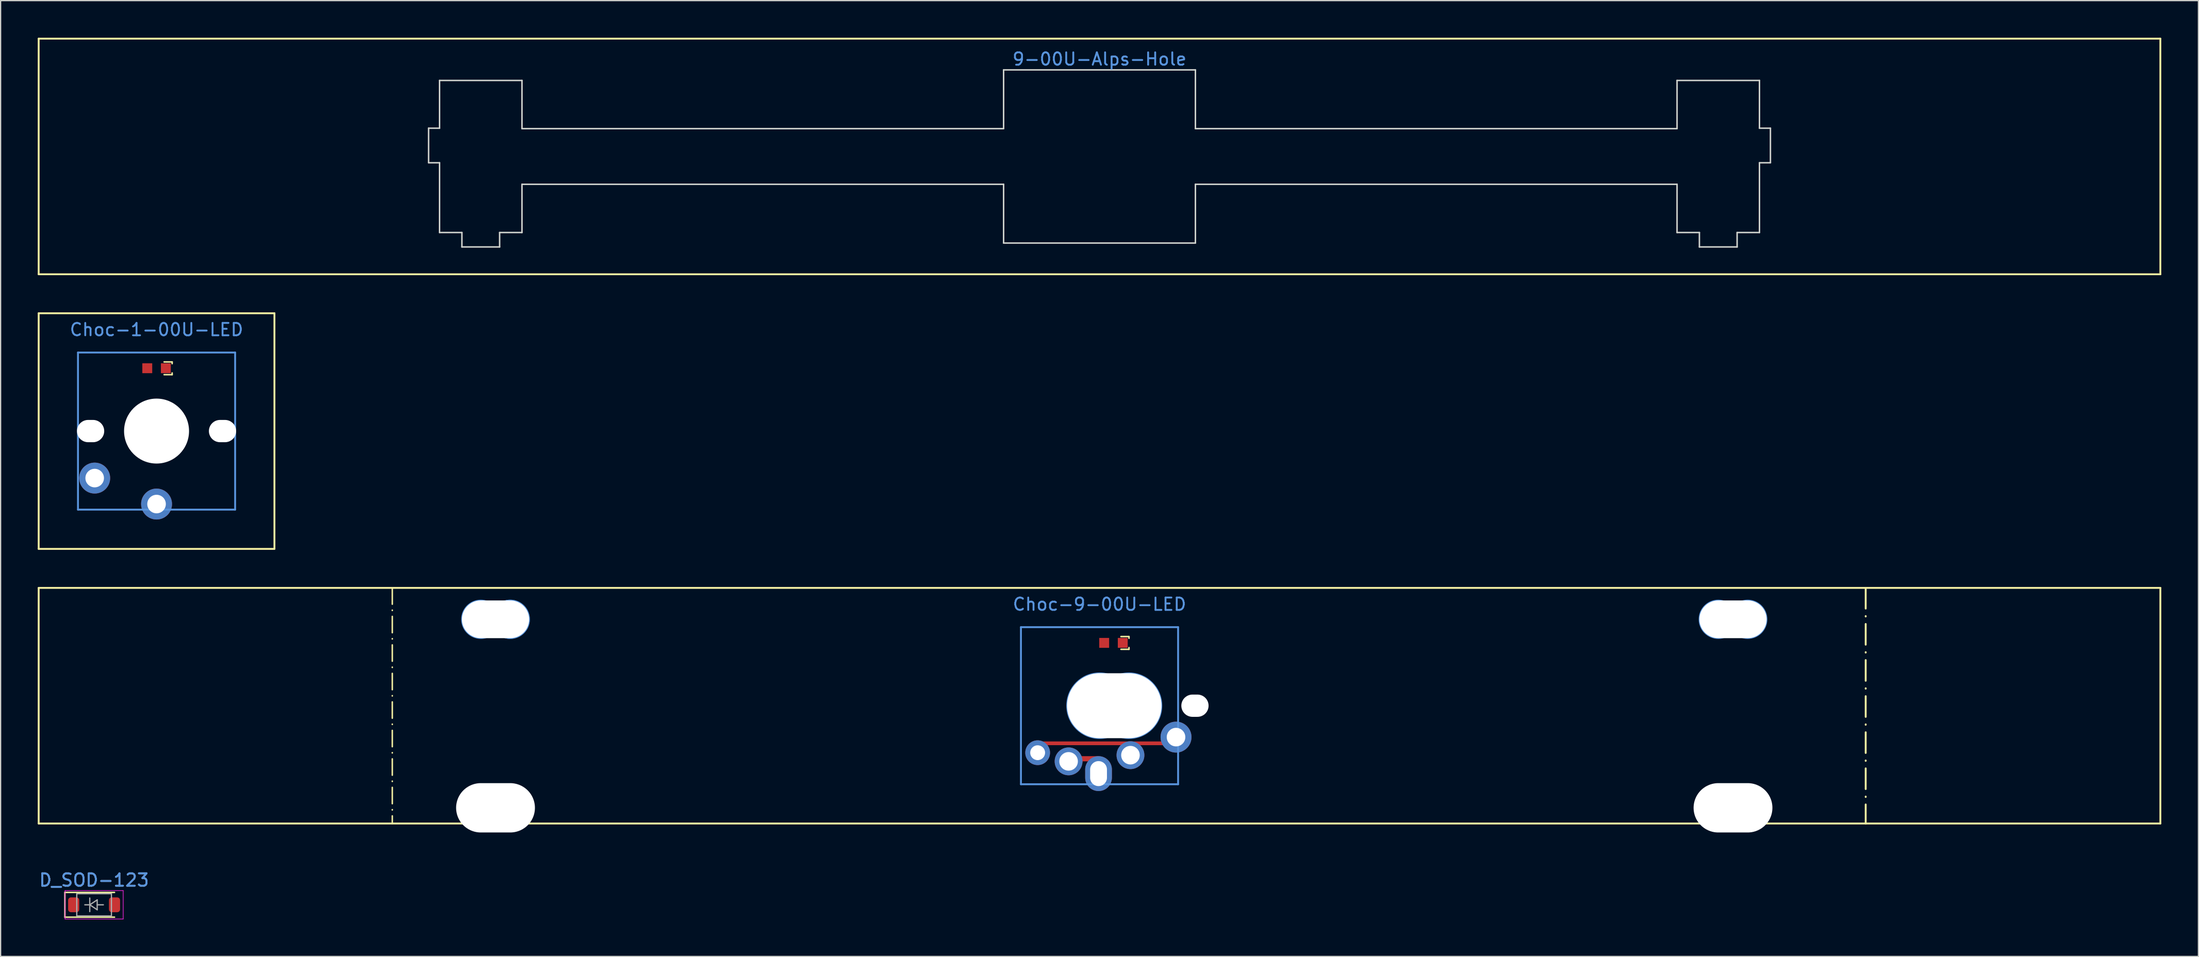
<source format=kicad_pcb>
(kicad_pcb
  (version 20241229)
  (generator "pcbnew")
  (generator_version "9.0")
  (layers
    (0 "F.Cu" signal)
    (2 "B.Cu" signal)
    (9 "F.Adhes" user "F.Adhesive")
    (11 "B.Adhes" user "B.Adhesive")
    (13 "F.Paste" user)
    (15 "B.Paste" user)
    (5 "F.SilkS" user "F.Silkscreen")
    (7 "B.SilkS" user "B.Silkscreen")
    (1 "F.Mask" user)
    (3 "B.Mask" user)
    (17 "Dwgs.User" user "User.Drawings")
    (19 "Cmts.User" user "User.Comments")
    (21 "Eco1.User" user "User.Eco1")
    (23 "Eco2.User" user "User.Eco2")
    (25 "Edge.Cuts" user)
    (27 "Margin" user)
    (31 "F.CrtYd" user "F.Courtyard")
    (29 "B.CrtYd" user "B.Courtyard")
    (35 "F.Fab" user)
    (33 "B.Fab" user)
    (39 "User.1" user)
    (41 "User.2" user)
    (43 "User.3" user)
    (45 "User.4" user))
  (footprint "9-00U-Alps-Hole"
    (layer "F.Cu")
    (at 85.8 9.6)
    (property "Reference" "9-00U-Alps-Hole" (at 0 -7.874 0) (layer "Cmts.User") (effects (font (size 1 1) (thickness 0.15))))
    (attr through_hole)
    (fp_line (start -85.725 -9.525) (end 85.725 -9.525) (stroke (width 0.15) (type solid)) (layer "F.SilkS"))
    (fp_line (start -85.725 9.525) (end -85.725 -9.525) (stroke (width 0.15) (type solid)) (layer "F.SilkS"))
    (fp_line (start 85.725 -9.525) (end 85.725 9.525) (stroke (width 0.15) (type solid)) (layer "F.SilkS"))
    (fp_line (start 85.725 9.525) (end -85.725 9.525) (stroke (width 0.15) (type solid)) (layer "F.SilkS"))
    (fp_line (start -54.216 -2.286) (end -54.216 0.508) (stroke (width 0.12) (type solid)) (layer "Edge.Cuts"))
    (fp_line (start -53.33 -6.147) (end -53.33 -2.286) (stroke (width 0.12) (type solid)) (layer "Edge.Cuts"))
    (fp_line (start -53.33 -2.286) (end -54.216 -2.286) (stroke (width 0.12) (type solid)) (layer "Edge.Cuts"))
    (fp_line (start -53.33 0.508) (end -54.216 0.508) (stroke (width 0.12) (type solid)) (layer "Edge.Cuts"))
    (fp_line (start -53.33 0.508) (end -53.33 6.147) (stroke (width 0.12) (type solid)) (layer "Edge.Cuts"))
    (fp_line (start -51.524 6.147) (end -53.33 6.147) (stroke (width 0.12) (type solid)) (layer "Edge.Cuts"))
    (fp_line (start -51.524 6.147) (end -51.524 7.315) (stroke (width 0.12) (type solid)) (layer "Edge.Cuts"))
    (fp_line (start -48.476 6.147) (end -48.476 7.315) (stroke (width 0.12) (type solid)) (layer "Edge.Cuts"))
    (fp_line (start -48.476 7.315) (end -51.524 7.315) (stroke (width 0.12) (type solid)) (layer "Edge.Cuts"))
    (fp_line (start -46.67 -6.147) (end -53.33 -6.147) (stroke (width 0.12) (type solid)) (layer "Edge.Cuts"))
    (fp_line (start -46.67 -6.147) (end -46.67 -2.25) (stroke (width 0.12) (type solid)) (layer "Edge.Cuts"))
    (fp_line (start -46.67 -2.25) (end -7.75 -2.25) (stroke (width 0.12) (type solid)) (layer "Edge.Cuts"))
    (fp_line (start -46.67 2.25) (end -7.75 2.25) (stroke (width 0.12) (type solid)) (layer "Edge.Cuts"))
    (fp_line (start -46.67 6.147) (end -48.476 6.147) (stroke (width 0.12) (type solid)) (layer "Edge.Cuts"))
    (fp_line (start -46.67 6.147) (end -46.67 2.25) (stroke (width 0.12) (type solid)) (layer "Edge.Cuts"))
    (fp_line (start -7.75 -7) (end -7.75 -2.25) (stroke (width 0.12) (type solid)) (layer "Edge.Cuts"))
    (fp_line (start -7.75 -7) (end 7.75 -7) (stroke (width 0.12) (type solid)) (layer "Edge.Cuts"))
    (fp_line (start -7.75 7) (end -7.75 2.25) (stroke (width 0.12) (type solid)) (layer "Edge.Cuts"))
    (fp_line (start -7.75 7) (end 7.75 7) (stroke (width 0.12) (type solid)) (layer "Edge.Cuts"))
    (fp_line (start 7.75 -7) (end 7.75 -2.25) (stroke (width 0.12) (type solid)) (layer "Edge.Cuts"))
    (fp_line (start 7.75 7) (end 7.75 2.25) (stroke (width 0.12) (type solid)) (layer "Edge.Cuts"))
    (fp_line (start 46.67 -6.147) (end 46.67 -2.25) (stroke (width 0.12) (type solid)) (layer "Edge.Cuts"))
    (fp_line (start 46.67 -6.147) (end 53.33 -6.147) (stroke (width 0.12) (type solid)) (layer "Edge.Cuts"))
    (fp_line (start 46.67 -2.25) (end 7.75 -2.25) (stroke (width 0.12) (type solid)) (layer "Edge.Cuts"))
    (fp_line (start 46.67 2.25) (end 7.75 2.25) (stroke (width 0.12) (type solid)) (layer "Edge.Cuts"))
    (fp_line (start 46.67 6.147) (end 46.67 2.25) (stroke (width 0.12) (type solid)) (layer "Edge.Cuts"))
    (fp_line (start 46.67 6.147) (end 48.476 6.147) (stroke (width 0.12) (type solid)) (layer "Edge.Cuts"))
    (fp_line (start 48.476 6.147) (end 48.476 7.315) (stroke (width 0.12) (type solid)) (layer "Edge.Cuts"))
    (fp_line (start 48.476 7.315) (end 51.524 7.315) (stroke (width 0.12) (type solid)) (layer "Edge.Cuts"))
    (fp_line (start 51.524 6.147) (end 51.524 7.315) (stroke (width 0.12) (type solid)) (layer "Edge.Cuts"))
    (fp_line (start 51.524 6.147) (end 53.33 6.147) (stroke (width 0.12) (type solid)) (layer "Edge.Cuts"))
    (fp_line (start 53.33 -6.147) (end 53.33 -2.286) (stroke (width 0.12) (type solid)) (layer "Edge.Cuts"))
    (fp_line (start 53.33 -2.286) (end 54.216 -2.286) (stroke (width 0.12) (type solid)) (layer "Edge.Cuts"))
    (fp_line (start 53.33 0.508) (end 53.33 6.147) (stroke (width 0.12) (type solid)) (layer "Edge.Cuts"))
    (fp_line (start 53.33 0.508) (end 54.216 0.508) (stroke (width 0.12) (type solid)) (layer "Edge.Cuts"))
    (fp_line (start 54.216 -2.286) (end 54.216 0.508) (stroke (width 0.12) (type solid)) (layer "Edge.Cuts")))
  (footprint "Choc-1-00U-LED"
    (layer "F.Cu")
    (at 9.601 26.721)
    (property "Reference" "Choc-1-00U-LED" (at 0 -3.12 0) (layer "Cmts.User") (effects (font (size 1 1) (thickness 0.15))))
    (fp_line (start -9.525 -4.445) (end 9.525 -4.445) (stroke (width 0.152) (type solid)) (layer "F.SilkS"))
    (fp_line (start -9.525 14.605) (end -9.525 -4.445) (stroke (width 0.152) (type solid)) (layer "F.SilkS"))
    (fp_line (start 0.61 -0.51) (end 1.26 -0.51) (stroke (width 0.12) (type solid)) (layer "F.SilkS"))
    (fp_line (start 0.61 0.52) (end 1.26 0.52) (stroke (width 0.12) (type solid)) (layer "F.SilkS"))
    (fp_line (start 1.26 -0.51) (end 1.26 -0.37) (stroke (width 0.12) (type solid)) (layer "F.SilkS"))
    (fp_line (start 1.26 0.52) (end 1.26 0.38) (stroke (width 0.12) (type solid)) (layer "F.SilkS"))
    (fp_line (start 9.525 -4.445) (end 9.525 14.605) (stroke (width 0.152) (type solid)) (layer "F.SilkS"))
    (fp_line (start 9.525 14.605) (end -9.525 14.605) (stroke (width 0.152) (type solid)) (layer "F.SilkS"))
    (fp_line (start -6.35 -1.27) (end 6.35 -1.27) (stroke (width 0.152) (type solid)) (layer "Cmts.User"))
    (fp_line (start -6.35 11.43) (end -6.35 -1.27) (stroke (width 0.152) (type solid)) (layer "Cmts.User"))
    (fp_line (start 6.35 -1.27) (end 6.35 11.43) (stroke (width 0.152) (type solid)) (layer "Cmts.User"))
    (fp_line (start 6.35 11.43) (end -6.35 11.43) (stroke (width 0.152) (type solid)) (layer "Cmts.User"))
    (pad "" np_thru_hole oval (at -5.33 5.08 270) (size 1.8 2.2) (drill oval 1.8 2.2) (layers "*.Cu" "*.Mask"))
    (pad "" np_thru_hole circle (at 0 5.08 180) (size 5.25 5.25) (drill 5.25) (layers "*.Cu" "*.Mask"))
    (pad "" np_thru_hole oval (at 5.33 5.08 270) (size 1.8 2.2) (drill oval 1.8 2.2) (layers "*.Cu" "*.Mask"))
    (pad "1" thru_hole circle (at -5 8.88) (size 2.5 2.5) (drill 1.499) (layers "*.Cu" "*.Mask"))
    (pad "2" thru_hole circle (at 0 10.98 90) (size 2.5 2.5) (drill 1.499) (layers "*.Cu" "*.Mask"))
    (pad "3" smd rect (at 0.75 0 90) (size 0.8 0.8) (layers "F.Cu" "F.Mask" "F.Paste"))
    (pad "4" smd rect (at -0.75 0 90) (size 0.8 0.8) (layers "F.Cu" "F.Mask" "F.Paste")))
  (footprint "D_SOD-123"
    (layer "F.Cu")
    (at 4.554 70.101)
    (property "Reference" "D_SOD-123" (at 0 -2 0) (layer "Cmts.User") (effects (font (size 1 1) (thickness 0.15))))
    (attr smd)
    (fp_line (start -2.36 -1) (end -2.36 1) (stroke (width 0.12) (type solid)) (layer "F.SilkS"))
    (fp_line (start -2.36 -1) (end 1.65 -1) (stroke (width 0.12) (type solid)) (layer "F.SilkS"))
    (fp_line (start -2.36 1) (end 1.65 1) (stroke (width 0.12) (type solid)) (layer "F.SilkS"))
    (fp_line (start -2.35 -1.15) (end -2.35 1.15) (stroke (width 0.05) (type solid)) (layer "F.CrtYd"))
    (fp_line (start -2.35 -1.15) (end 2.35 -1.15) (stroke (width 0.05) (type solid)) (layer "F.CrtYd"))
    (fp_line (start 2.35 -1.15) (end 2.35 1.15) (stroke (width 0.05) (type solid)) (layer "F.CrtYd"))
    (fp_line (start 2.35 1.15) (end -2.35 1.15) (stroke (width 0.05) (type solid)) (layer "F.CrtYd"))
    (fp_line (start -1.4 -0.9) (end 1.4 -0.9) (stroke (width 0.1) (type solid)) (layer "F.Fab"))
    (fp_line (start -1.4 0.9) (end -1.4 -0.9) (stroke (width 0.1) (type solid)) (layer "F.Fab"))
    (fp_line (start -0.75 0) (end -0.35 0) (stroke (width 0.1) (type solid)) (layer "F.Fab"))
    (fp_line (start -0.35 0) (end -0.35 -0.55) (stroke (width 0.1) (type solid)) (layer "F.Fab"))
    (fp_line (start -0.35 0) (end -0.35 0.55) (stroke (width 0.1) (type solid)) (layer "F.Fab"))
    (fp_line (start -0.35 0) (end 0.25 -0.4) (stroke (width 0.1) (type solid)) (layer "F.Fab"))
    (fp_line (start 0.25 -0.4) (end 0.25 0.4) (stroke (width 0.1) (type solid)) (layer "F.Fab"))
    (fp_line (start 0.25 0) (end 0.75 0) (stroke (width 0.1) (type solid)) (layer "F.Fab"))
    (fp_line (start 0.25 0.4) (end -0.35 0) (stroke (width 0.1) (type solid)) (layer "F.Fab"))
    (fp_line (start 1.4 -0.9) (end 1.4 0.9) (stroke (width 0.1) (type solid)) (layer "F.Fab"))
    (fp_line (start 1.4 0.9) (end -1.4 0.9) (stroke (width 0.1) (type solid)) (layer "F.Fab"))
    (fp_text user "${REFERENCE}" (at 0 -2 0) (layer "F.Fab") (effects (font (size 1 1) (thickness 0.15))))
    (pad "1" smd roundrect (at -1.65 0) (size 0.9 1.2) (layers "F.Cu" "F.Mask" "F.Paste") (roundrect_rratio 0.25))
    (pad "2" smd roundrect (at 1.65 0) (size 0.9 1.2) (layers "F.Cu" "F.Mask" "F.Paste") (roundrect_rratio 0.25)))
  (footprint "Choc-9-00U-LED"
    (layer "F.Cu")
    (at 86.992 48.924)
    (property "Reference" "Choc-9-00U-LED" (at -1.191 -3.12 0) (layer "Cmts.User") (effects (font (size 1 1) (thickness 0.15))))
    (fp_line (start -86.916 -4.445) (end 84.534 -4.445) (stroke (width 0.152) (type solid)) (layer "F.SilkS"))
    (fp_line (start -86.916 14.605) (end -86.916 -4.445) (stroke (width 0.152) (type solid)) (layer "F.SilkS"))
    (fp_line (start -58.341 -4.445) (end -58.341 14.605) (stroke (width 0.12) (type dash_dot)) (layer "F.SilkS"))
    (fp_line (start 0.541 -0.51) (end 1.191 -0.51) (stroke (width 0.12) (type solid)) (layer "F.SilkS"))
    (fp_line (start 0.541 0.52) (end 1.191 0.52) (stroke (width 0.12) (type solid)) (layer "F.SilkS"))
    (fp_line (start 1.191 -0.51) (end 1.191 -0.37) (stroke (width 0.12) (type solid)) (layer "F.SilkS"))
    (fp_line (start 1.191 0.52) (end 1.191 0.38) (stroke (width 0.12) (type solid)) (layer "F.SilkS"))
    (fp_line (start 60.722 -4.445) (end 60.722 14.605) (stroke (width 0.152) (type dash_dot)) (layer "F.SilkS"))
    (fp_line (start 84.534 -4.445) (end 84.534 14.605) (stroke (width 0.152) (type solid)) (layer "F.SilkS"))
    (fp_line (start 84.534 14.605) (end -86.916 14.605) (stroke (width 0.152) (type solid)) (layer "F.SilkS"))
    (fp_line (start -7.541 -1.27) (end 5.159 -1.27) (stroke (width 0.152) (type solid)) (layer "Cmts.User"))
    (fp_line (start -7.541 11.43) (end -7.541 -1.27) (stroke (width 0.152) (type solid)) (layer "Cmts.User"))
    (fp_line (start 5.159 -1.27) (end 5.159 11.43) (stroke (width 0.152) (type solid)) (layer "Cmts.User"))
    (fp_line (start 5.159 11.43) (end -7.541 11.43) (stroke (width 0.152) (type solid)) (layer "Cmts.User"))
    (fp_circle (center -51.191 -1.905) (end -49.667 -1.905) (stroke (width 0.12) (type default)) (fill no) (layer "Cmts.User"))
    (fp_circle (center -48.809 -1.905) (end -47.285 -1.905) (stroke (width 0.12) (type default)) (fill no) (layer "Cmts.User"))
    (fp_circle (center -48.809 -1.905) (end -47.285 -1.905) (stroke (width 0.12) (type default)) (fill no) (layer "Cmts.User"))
    (fp_circle (center -1.191 5.08) (end 1.434 5.08) (stroke (width 0.12) (type default)) (fill no) (layer "Cmts.User"))
    (fp_circle (center 1.191 5.08) (end 3.816 5.08) (stroke (width 0.12) (type default)) (fill no) (layer "Cmts.User"))
    (fp_circle (center 48.809 -1.905) (end 50.333 -1.905) (stroke (width 0.12) (type default)) (fill no) (layer "Cmts.User"))
    (fp_circle (center 51.191 -1.905) (end 52.715 -1.905) (stroke (width 0.12) (type default)) (fill no) (layer "Cmts.User"))
    (pad "" np_thru_hole oval (at -50 -1.905 180) (size 5.429 3.048) (drill oval 5.429 3.048) (layers "*.Cu" "*.Mask"))
    (pad "" np_thru_hole oval (at -50 13.335 180) (size 6.369 3.988) (drill oval 6.369 3.988) (layers "*.Cu" "*.Mask"))
    (pad "" np_thru_hole oval (at 0 5.08 180) (size 7.631 5.25) (drill oval 7.631 5.25) (layers "*.Cu" "*.Mask"))
    (pad "" np_thru_hole oval (at 6.521 5.08 270) (size 1.8 2.2) (drill oval 1.8 2.2) (layers "*.Cu" "*.Mask"))
    (pad "" np_thru_hole oval (at 50 -1.905 180) (size 5.429 3.048) (drill oval 5.429 3.048) (layers "*.Cu" "*.Mask"))
    (pad "" np_thru_hole oval (at 50 13.335 180) (size 6.369 3.988) (drill oval 6.369 3.988) (layers "*.Cu" "*.Mask"))
    (pad "1" thru_hole circle (at -6.191 8.88 270) (size 2 2) (drill 1.2) (layers "*.Cu" "*.Mask"))
    (pad "1" smd rect (at -0.88 8.12) (size 10.3 0.3) (layers "F.Cu" "F.Mask" "F.Paste"))
    (pad "1" thru_hole circle (at 1.309 9.08 90) (size 2.25 2.25) (drill 1.5) (layers "*.Cu" "*.Mask"))
    (pad "1" thru_hole circle (at 4.991 7.62 90) (size 2.5 2.5) (drill 1.5) (layers "*.Cu" "*.Mask"))
    (pad "2" thru_hole circle (at -3.691 9.58 90) (size 2.25 2.25) (drill 1.5) (layers "*.Cu" "*.Mask"))
    (pad "2" smd rect (at -2.095 9.369) (size 1.65 0.418) (layers "F.Cu" "F.Mask" "F.Paste"))
    (pad "2" thru_hole oval (at -1.27 10.57) (size 2.159 2.82) (drill oval 1.359 2.02) (layers "*.Cu" "*.Mask"))
    (pad "3" smd rect (at 0.686 0 90) (size 0.8 0.8) (layers "F.Cu" "F.Mask" "F.Paste"))
    (pad "4" smd rect (at -0.814 0 90) (size 0.8 0.8) (layers "F.Cu" "F.Mask" "F.Paste")))
  (gr_rect
    (start -3 -3)
    (end 174.602 74.276)
    (stroke (width 0.1) (type default))
    (fill no)
    (layer "Edge.Cuts")))
</source>
